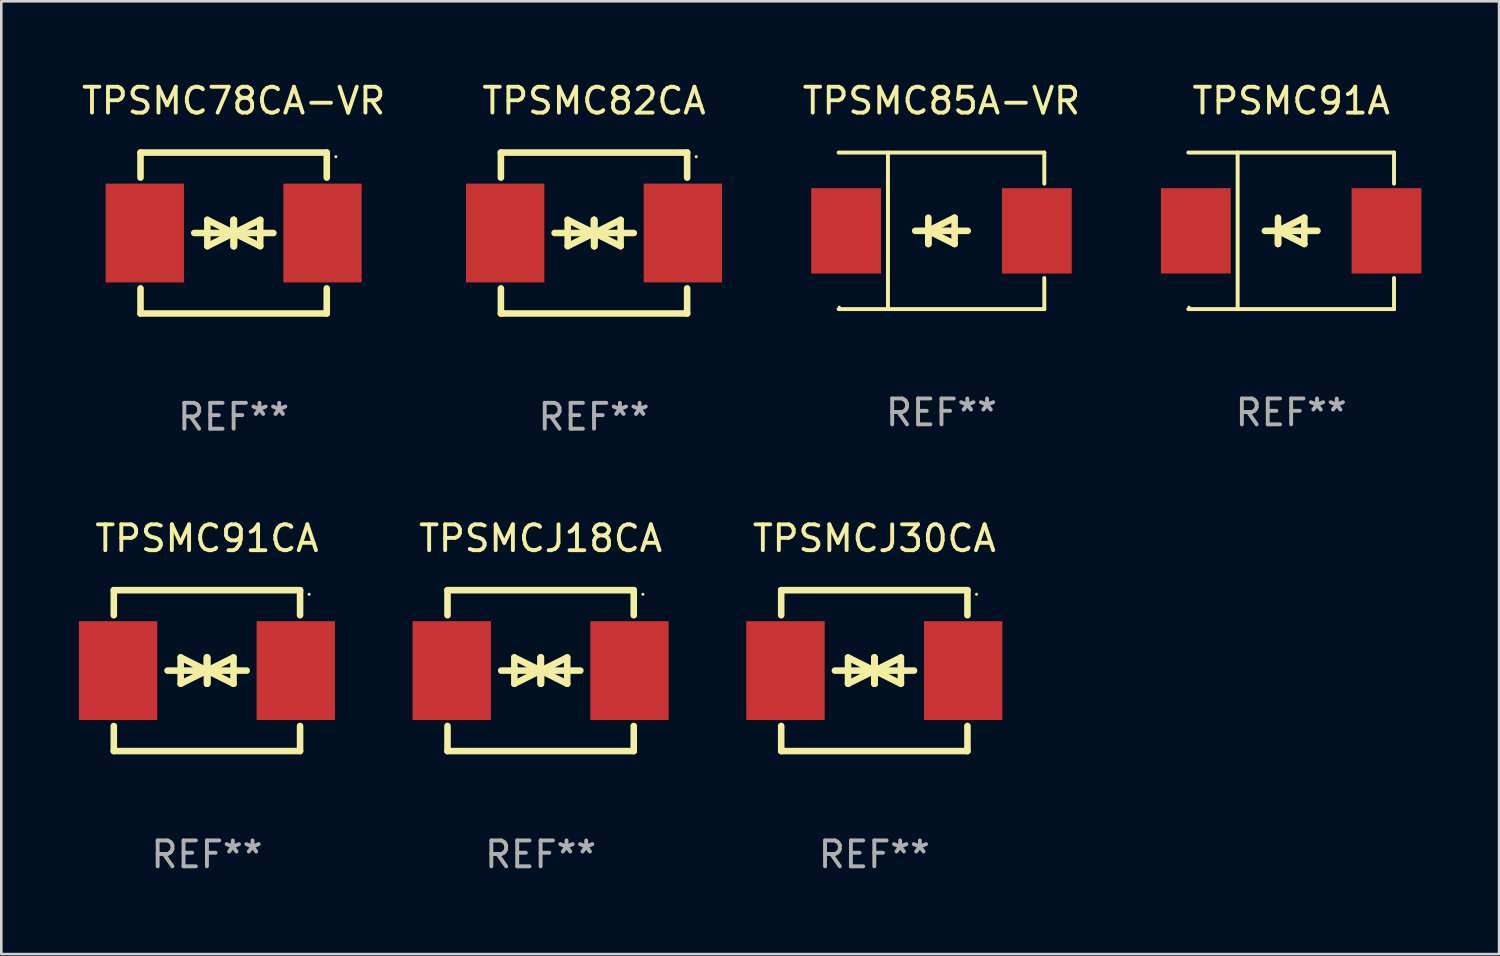
<source format=kicad_pcb>
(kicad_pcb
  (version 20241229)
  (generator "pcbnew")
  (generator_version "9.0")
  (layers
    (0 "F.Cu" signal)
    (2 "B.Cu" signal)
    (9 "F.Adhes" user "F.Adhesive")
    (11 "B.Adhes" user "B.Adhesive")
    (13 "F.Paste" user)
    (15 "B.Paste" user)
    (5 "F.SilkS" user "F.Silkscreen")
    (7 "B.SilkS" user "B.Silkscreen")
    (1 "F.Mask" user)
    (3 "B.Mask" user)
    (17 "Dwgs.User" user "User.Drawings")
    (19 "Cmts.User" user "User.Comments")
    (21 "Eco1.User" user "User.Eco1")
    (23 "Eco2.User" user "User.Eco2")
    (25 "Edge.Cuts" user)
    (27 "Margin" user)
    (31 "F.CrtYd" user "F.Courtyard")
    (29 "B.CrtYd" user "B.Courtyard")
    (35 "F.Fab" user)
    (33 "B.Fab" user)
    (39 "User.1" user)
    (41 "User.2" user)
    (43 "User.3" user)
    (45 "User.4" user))
  (footprint "TPSMC78CA-VR"
    (layer "F.Cu")
    (at 5.982 5.958)
    (property "Reference" "TPSMC78CA-VR" (at 0 -5.11 0) (layer "F.SilkS") (effects (font (size 1 1) (thickness 0.15))))
    (attr through_hole)
    (fp_line (start -3.6 -2.141) (end -3.6 -3.11) (stroke (width 0.254) (type solid)) (layer "F.SilkS"))
    (fp_line (start -3.6 3.11) (end -3.6 2.141) (stroke (width 0.254) (type solid)) (layer "F.SilkS"))
    (fp_line (start -1.524 0) (end 0.508 0) (stroke (width 0.254) (type solid)) (layer "F.SilkS"))
    (fp_line (start -1.016 -0.508) (end -1.016 0.508) (stroke (width 0.254) (type solid)) (layer "F.SilkS"))
    (fp_line (start -1.016 0.508) (end 0 0) (stroke (width 0.254) (type solid)) (layer "F.SilkS"))
    (fp_line (start 0 -0.508) (end 0 0.508) (stroke (width 0.254) (type solid)) (layer "F.SilkS"))
    (fp_line (start 0 0) (end -1.016 -0.508) (stroke (width 0.254) (type solid)) (layer "F.SilkS"))
    (fp_line (start 0 0) (end 0 -0.508) (stroke (width 0.254) (type solid)) (layer "F.SilkS"))
    (fp_line (start 0.012 0) (end 0.012 0.508) (stroke (width 0.254) (type solid)) (layer "F.SilkS"))
    (fp_line (start 0.012 0) (end 1.028 0.508) (stroke (width 0.254) (type solid)) (layer "F.SilkS"))
    (fp_line (start 0.012 0.508) (end 0.012 -0.508) (stroke (width 0.254) (type solid)) (layer "F.SilkS"))
    (fp_line (start 1.028 -0.508) (end 0.012 0) (stroke (width 0.254) (type solid)) (layer "F.SilkS"))
    (fp_line (start 1.028 0.508) (end 1.028 -0.508) (stroke (width 0.254) (type solid)) (layer "F.SilkS"))
    (fp_line (start 1.536 0) (end -0.496 0) (stroke (width 0.254) (type solid)) (layer "F.SilkS"))
    (fp_line (start 3.6 -3.11) (end -3.6 -3.11) (stroke (width 0.254) (type solid)) (layer "F.SilkS"))
    (fp_line (start 3.6 -2.141) (end 3.6 -3.11) (stroke (width 0.254) (type solid)) (layer "F.SilkS"))
    (fp_line (start 3.6 3.11) (end -3.6 3.11) (stroke (width 0.254) (type solid)) (layer "F.SilkS"))
    (fp_line (start 3.6 3.11) (end 3.6 2.141) (stroke (width 0.254) (type solid)) (layer "F.SilkS"))
    (fp_circle (center 3.952 -2.95) (end 3.982 -2.95) (stroke (width 0.06) (type solid)) (fill no) (layer "F.SilkS"))
    (fp_text user "REF**" (at 0 7.11 0) (layer "F.Fab") (effects (font (size 1 1) (thickness 0.15))))
    (pad "1" smd rect (at 3.435 0) (size 3.03 3.82) (layers "F.Cu" "F.Mask" "F.Paste"))
    (pad "2" smd rect (at -3.435 0) (size 3.03 3.82) (layers "F.Cu" "F.Mask" "F.Paste")))
  (footprint "TPSMC91A"
    (layer "F.Cu")
    (at 46.865 5.874)
    (property "Reference" "TPSMC91A" (at 0 -5.026 0) (layer "F.SilkS") (effects (font (size 1 1) (thickness 0.15))))
    (attr through_hole)
    (fp_line (start -3.976 -3.026) (end 3.976 -3.026) (stroke (width 0.152) (type solid)) (layer "F.SilkS"))
    (fp_line (start -3.976 3.026) (end 3.976 3.026) (stroke (width 0.152) (type solid)) (layer "F.SilkS"))
    (fp_line (start -2.069 -3.026) (end -2.069 3.026) (stroke (width 0.152) (type solid)) (layer "F.SilkS"))
    (fp_line (start -0.508 0) (end -0.508 0.508) (stroke (width 0.254) (type solid)) (layer "F.SilkS"))
    (fp_line (start -0.508 0) (end 0.508 0.508) (stroke (width 0.254) (type solid)) (layer "F.SilkS"))
    (fp_line (start -0.508 0.508) (end -0.508 -0.508) (stroke (width 0.254) (type solid)) (layer "F.SilkS"))
    (fp_line (start 0.508 -0.508) (end -0.508 0) (stroke (width 0.254) (type solid)) (layer "F.SilkS"))
    (fp_line (start 0.508 0.508) (end 0.508 -0.508) (stroke (width 0.254) (type solid)) (layer "F.SilkS"))
    (fp_line (start 1.016 0) (end -1.016 0) (stroke (width 0.254) (type solid)) (layer "F.SilkS"))
    (fp_line (start 3.976 -3.026) (end 3.976 -1.823) (stroke (width 0.152) (type solid)) (layer "F.SilkS"))
    (fp_line (start 3.976 3.026) (end 3.976 1.823) (stroke (width 0.152) (type solid)) (layer "F.SilkS"))
    (fp_circle (center -3.95 2.95) (end -3.92 2.95) (stroke (width 0.06) (type solid)) (fill no) (layer "F.SilkS"))
    (fp_text user "REF**" (at 0 7.026 0) (layer "F.Fab") (effects (font (size 1 1) (thickness 0.15))))
    (pad "1" smd rect (at -3.686 0) (size 2.7 3.3) (layers "F.Cu" "F.Mask" "F.Paste"))
    (pad "2" smd rect (at 3.686 0) (size 2.7 3.3) (layers "F.Cu" "F.Mask" "F.Paste")))
  (footprint "TPSMC82CA"
    (layer "F.Cu")
    (at 19.914 5.958)
    (property "Reference" "TPSMC82CA" (at 0 -5.11 0) (layer "F.SilkS") (effects (font (size 1 1) (thickness 0.15))))
    (attr through_hole)
    (fp_line (start -3.6 -2.141) (end -3.6 -3.11) (stroke (width 0.254) (type solid)) (layer "F.SilkS"))
    (fp_line (start -3.6 3.11) (end -3.6 2.141) (stroke (width 0.254) (type solid)) (layer "F.SilkS"))
    (fp_line (start -1.524 0) (end 0.508 0) (stroke (width 0.254) (type solid)) (layer "F.SilkS"))
    (fp_line (start -1.016 -0.508) (end -1.016 0.508) (stroke (width 0.254) (type solid)) (layer "F.SilkS"))
    (fp_line (start -1.016 0.508) (end 0 0) (stroke (width 0.254) (type solid)) (layer "F.SilkS"))
    (fp_line (start 0 -0.508) (end 0 0.508) (stroke (width 0.254) (type solid)) (layer "F.SilkS"))
    (fp_line (start 0 0) (end -1.016 -0.508) (stroke (width 0.254) (type solid)) (layer "F.SilkS"))
    (fp_line (start 0 0) (end 0 -0.508) (stroke (width 0.254) (type solid)) (layer "F.SilkS"))
    (fp_line (start 0.012 0) (end 0.012 0.508) (stroke (width 0.254) (type solid)) (layer "F.SilkS"))
    (fp_line (start 0.012 0) (end 1.028 0.508) (stroke (width 0.254) (type solid)) (layer "F.SilkS"))
    (fp_line (start 0.012 0.508) (end 0.012 -0.508) (stroke (width 0.254) (type solid)) (layer "F.SilkS"))
    (fp_line (start 1.028 -0.508) (end 0.012 0) (stroke (width 0.254) (type solid)) (layer "F.SilkS"))
    (fp_line (start 1.028 0.508) (end 1.028 -0.508) (stroke (width 0.254) (type solid)) (layer "F.SilkS"))
    (fp_line (start 1.536 0) (end -0.496 0) (stroke (width 0.254) (type solid)) (layer "F.SilkS"))
    (fp_line (start 3.6 -3.11) (end -3.6 -3.11) (stroke (width 0.254) (type solid)) (layer "F.SilkS"))
    (fp_line (start 3.6 -2.141) (end 3.6 -3.11) (stroke (width 0.254) (type solid)) (layer "F.SilkS"))
    (fp_line (start 3.6 3.11) (end -3.6 3.11) (stroke (width 0.254) (type solid)) (layer "F.SilkS"))
    (fp_line (start 3.6 3.11) (end 3.6 2.141) (stroke (width 0.254) (type solid)) (layer "F.SilkS"))
    (fp_circle (center 3.952 -2.95) (end 3.982 -2.95) (stroke (width 0.06) (type solid)) (fill no) (layer "F.SilkS"))
    (fp_text user "REF**" (at 0 7.11 0) (layer "F.Fab") (effects (font (size 1 1) (thickness 0.15))))
    (pad "1" smd rect (at 3.435 0) (size 3.03 3.82) (layers "F.Cu" "F.Mask" "F.Paste"))
    (pad "2" smd rect (at -3.435 0) (size 3.03 3.82) (layers "F.Cu" "F.Mask" "F.Paste")))
  (footprint "TPSMC85A-VR"
    (layer "F.Cu")
    (at 33.346 5.874)
    (property "Reference" "TPSMC85A-VR" (at 0 -5.026 0) (layer "F.SilkS") (effects (font (size 1 1) (thickness 0.15))))
    (attr through_hole)
    (fp_line (start -3.976 -3.026) (end 3.976 -3.026) (stroke (width 0.152) (type solid)) (layer "F.SilkS"))
    (fp_line (start -3.976 3.026) (end 3.976 3.026) (stroke (width 0.152) (type solid)) (layer "F.SilkS"))
    (fp_line (start -2.069 -3.026) (end -2.069 3.026) (stroke (width 0.152) (type solid)) (layer "F.SilkS"))
    (fp_line (start -0.508 0) (end -0.508 0.508) (stroke (width 0.254) (type solid)) (layer "F.SilkS"))
    (fp_line (start -0.508 0) (end 0.508 0.508) (stroke (width 0.254) (type solid)) (layer "F.SilkS"))
    (fp_line (start -0.508 0.508) (end -0.508 -0.508) (stroke (width 0.254) (type solid)) (layer "F.SilkS"))
    (fp_line (start 0.508 -0.508) (end -0.508 0) (stroke (width 0.254) (type solid)) (layer "F.SilkS"))
    (fp_line (start 0.508 0.508) (end 0.508 -0.508) (stroke (width 0.254) (type solid)) (layer "F.SilkS"))
    (fp_line (start 1.016 0) (end -1.016 0) (stroke (width 0.254) (type solid)) (layer "F.SilkS"))
    (fp_line (start 3.976 -3.026) (end 3.976 -1.823) (stroke (width 0.152) (type solid)) (layer "F.SilkS"))
    (fp_line (start 3.976 3.026) (end 3.976 1.823) (stroke (width 0.152) (type solid)) (layer "F.SilkS"))
    (fp_circle (center -3.95 2.95) (end -3.92 2.95) (stroke (width 0.06) (type solid)) (fill no) (layer "F.SilkS"))
    (fp_text user "REF**" (at 0 7.026 0) (layer "F.Fab") (effects (font (size 1 1) (thickness 0.15))))
    (pad "1" smd rect (at -3.686 0) (size 2.7 3.3) (layers "F.Cu" "F.Mask" "F.Paste"))
    (pad "2" smd rect (at 3.686 0) (size 2.7 3.3) (layers "F.Cu" "F.Mask" "F.Paste")))
  (footprint "TPSMCJ30CA"
    (layer "F.Cu")
    (at 30.75 22.875)
    (property "Reference" "TPSMCJ30CA" (at 0 -5.11 0) (layer "F.SilkS") (effects (font (size 1 1) (thickness 0.15))))
    (attr through_hole)
    (fp_line (start -3.6 -2.141) (end -3.6 -3.11) (stroke (width 0.254) (type solid)) (layer "F.SilkS"))
    (fp_line (start -3.6 3.11) (end -3.6 2.141) (stroke (width 0.254) (type solid)) (layer "F.SilkS"))
    (fp_line (start -1.524 0) (end 0.508 0) (stroke (width 0.254) (type solid)) (layer "F.SilkS"))
    (fp_line (start -1.016 -0.508) (end -1.016 0.508) (stroke (width 0.254) (type solid)) (layer "F.SilkS"))
    (fp_line (start -1.016 0.508) (end 0 0) (stroke (width 0.254) (type solid)) (layer "F.SilkS"))
    (fp_line (start 0 -0.508) (end 0 0.508) (stroke (width 0.254) (type solid)) (layer "F.SilkS"))
    (fp_line (start 0 0) (end -1.016 -0.508) (stroke (width 0.254) (type solid)) (layer "F.SilkS"))
    (fp_line (start 0 0) (end 0 -0.508) (stroke (width 0.254) (type solid)) (layer "F.SilkS"))
    (fp_line (start 0.012 0) (end 0.012 0.508) (stroke (width 0.254) (type solid)) (layer "F.SilkS"))
    (fp_line (start 0.012 0) (end 1.028 0.508) (stroke (width 0.254) (type solid)) (layer "F.SilkS"))
    (fp_line (start 0.012 0.508) (end 0.012 -0.508) (stroke (width 0.254) (type solid)) (layer "F.SilkS"))
    (fp_line (start 1.028 -0.508) (end 0.012 0) (stroke (width 0.254) (type solid)) (layer "F.SilkS"))
    (fp_line (start 1.028 0.508) (end 1.028 -0.508) (stroke (width 0.254) (type solid)) (layer "F.SilkS"))
    (fp_line (start 1.536 0) (end -0.496 0) (stroke (width 0.254) (type solid)) (layer "F.SilkS"))
    (fp_line (start 3.6 -3.11) (end -3.6 -3.11) (stroke (width 0.254) (type solid)) (layer "F.SilkS"))
    (fp_line (start 3.6 -2.141) (end 3.6 -3.11) (stroke (width 0.254) (type solid)) (layer "F.SilkS"))
    (fp_line (start 3.6 3.11) (end -3.6 3.11) (stroke (width 0.254) (type solid)) (layer "F.SilkS"))
    (fp_line (start 3.6 3.11) (end 3.6 2.141) (stroke (width 0.254) (type solid)) (layer "F.SilkS"))
    (fp_circle (center 3.952 -2.95) (end 3.982 -2.95) (stroke (width 0.06) (type solid)) (fill no) (layer "F.SilkS"))
    (fp_text user "REF**" (at 0 7.11 0) (layer "F.Fab") (effects (font (size 1 1) (thickness 0.15))))
    (pad "1" smd rect (at 3.435 0) (size 3.03 3.82) (layers "F.Cu" "F.Mask" "F.Paste"))
    (pad "2" smd rect (at -3.435 0) (size 3.03 3.82) (layers "F.Cu" "F.Mask" "F.Paste")))
  (footprint "TPSMC91CA"
    (layer "F.Cu")
    (at 4.95 22.875)
    (property "Reference" "TPSMC91CA" (at 0 -5.11 0) (layer "F.SilkS") (effects (font (size 1 1) (thickness 0.15))))
    (attr through_hole)
    (fp_line (start -3.6 -2.141) (end -3.6 -3.11) (stroke (width 0.254) (type solid)) (layer "F.SilkS"))
    (fp_line (start -3.6 3.11) (end -3.6 2.141) (stroke (width 0.254) (type solid)) (layer "F.SilkS"))
    (fp_line (start -1.524 0) (end 0.508 0) (stroke (width 0.254) (type solid)) (layer "F.SilkS"))
    (fp_line (start -1.016 -0.508) (end -1.016 0.508) (stroke (width 0.254) (type solid)) (layer "F.SilkS"))
    (fp_line (start -1.016 0.508) (end 0 0) (stroke (width 0.254) (type solid)) (layer "F.SilkS"))
    (fp_line (start 0 -0.508) (end 0 0.508) (stroke (width 0.254) (type solid)) (layer "F.SilkS"))
    (fp_line (start 0 0) (end -1.016 -0.508) (stroke (width 0.254) (type solid)) (layer "F.SilkS"))
    (fp_line (start 0 0) (end 0 -0.508) (stroke (width 0.254) (type solid)) (layer "F.SilkS"))
    (fp_line (start 0.012 0) (end 0.012 0.508) (stroke (width 0.254) (type solid)) (layer "F.SilkS"))
    (fp_line (start 0.012 0) (end 1.028 0.508) (stroke (width 0.254) (type solid)) (layer "F.SilkS"))
    (fp_line (start 0.012 0.508) (end 0.012 -0.508) (stroke (width 0.254) (type solid)) (layer "F.SilkS"))
    (fp_line (start 1.028 -0.508) (end 0.012 0) (stroke (width 0.254) (type solid)) (layer "F.SilkS"))
    (fp_line (start 1.028 0.508) (end 1.028 -0.508) (stroke (width 0.254) (type solid)) (layer "F.SilkS"))
    (fp_line (start 1.536 0) (end -0.496 0) (stroke (width 0.254) (type solid)) (layer "F.SilkS"))
    (fp_line (start 3.6 -3.11) (end -3.6 -3.11) (stroke (width 0.254) (type solid)) (layer "F.SilkS"))
    (fp_line (start 3.6 -2.141) (end 3.6 -3.11) (stroke (width 0.254) (type solid)) (layer "F.SilkS"))
    (fp_line (start 3.6 3.11) (end -3.6 3.11) (stroke (width 0.254) (type solid)) (layer "F.SilkS"))
    (fp_line (start 3.6 3.11) (end 3.6 2.141) (stroke (width 0.254) (type solid)) (layer "F.SilkS"))
    (fp_circle (center 3.952 -2.95) (end 3.982 -2.95) (stroke (width 0.06) (type solid)) (fill no) (layer "F.SilkS"))
    (fp_text user "REF**" (at 0 7.11 0) (layer "F.Fab") (effects (font (size 1 1) (thickness 0.15))))
    (pad "1" smd rect (at 3.435 0) (size 3.03 3.82) (layers "F.Cu" "F.Mask" "F.Paste"))
    (pad "2" smd rect (at -3.435 0) (size 3.03 3.82) (layers "F.Cu" "F.Mask" "F.Paste")))
  (footprint "TPSMCJ18CA"
    (layer "F.Cu")
    (at 17.85 22.875)
    (property "Reference" "TPSMCJ18CA" (at 0 -5.11 0) (layer "F.SilkS") (effects (font (size 1 1) (thickness 0.15))))
    (attr through_hole)
    (fp_line (start -3.6 -2.141) (end -3.6 -3.11) (stroke (width 0.254) (type solid)) (layer "F.SilkS"))
    (fp_line (start -3.6 3.11) (end -3.6 2.141) (stroke (width 0.254) (type solid)) (layer "F.SilkS"))
    (fp_line (start -1.524 0) (end 0.508 0) (stroke (width 0.254) (type solid)) (layer "F.SilkS"))
    (fp_line (start -1.016 -0.508) (end -1.016 0.508) (stroke (width 0.254) (type solid)) (layer "F.SilkS"))
    (fp_line (start -1.016 0.508) (end 0 0) (stroke (width 0.254) (type solid)) (layer "F.SilkS"))
    (fp_line (start 0 -0.508) (end 0 0.508) (stroke (width 0.254) (type solid)) (layer "F.SilkS"))
    (fp_line (start 0 0) (end -1.016 -0.508) (stroke (width 0.254) (type solid)) (layer "F.SilkS"))
    (fp_line (start 0 0) (end 0 -0.508) (stroke (width 0.254) (type solid)) (layer "F.SilkS"))
    (fp_line (start 0.012 0) (end 0.012 0.508) (stroke (width 0.254) (type solid)) (layer "F.SilkS"))
    (fp_line (start 0.012 0) (end 1.028 0.508) (stroke (width 0.254) (type solid)) (layer "F.SilkS"))
    (fp_line (start 0.012 0.508) (end 0.012 -0.508) (stroke (width 0.254) (type solid)) (layer "F.SilkS"))
    (fp_line (start 1.028 -0.508) (end 0.012 0) (stroke (width 0.254) (type solid)) (layer "F.SilkS"))
    (fp_line (start 1.028 0.508) (end 1.028 -0.508) (stroke (width 0.254) (type solid)) (layer "F.SilkS"))
    (fp_line (start 1.536 0) (end -0.496 0) (stroke (width 0.254) (type solid)) (layer "F.SilkS"))
    (fp_line (start 3.6 -3.11) (end -3.6 -3.11) (stroke (width 0.254) (type solid)) (layer "F.SilkS"))
    (fp_line (start 3.6 -2.141) (end 3.6 -3.11) (stroke (width 0.254) (type solid)) (layer "F.SilkS"))
    (fp_line (start 3.6 3.11) (end -3.6 3.11) (stroke (width 0.254) (type solid)) (layer "F.SilkS"))
    (fp_line (start 3.6 3.11) (end 3.6 2.141) (stroke (width 0.254) (type solid)) (layer "F.SilkS"))
    (fp_circle (center 3.952 -2.95) (end 3.982 -2.95) (stroke (width 0.06) (type solid)) (fill no) (layer "F.SilkS"))
    (fp_text user "REF**" (at 0 7.11 0) (layer "F.Fab") (effects (font (size 1 1) (thickness 0.15))))
    (pad "1" smd rect (at 3.435 0) (size 3.03 3.82) (layers "F.Cu" "F.Mask" "F.Paste"))
    (pad "2" smd rect (at -3.435 0) (size 3.03 3.82) (layers "F.Cu" "F.Mask" "F.Paste")))
  (gr_rect
    (start -3 -3)
    (end 54.901 33.833)
    (stroke (width 0.1) (type default))
    (fill no)
    (layer "Edge.Cuts")))
</source>
